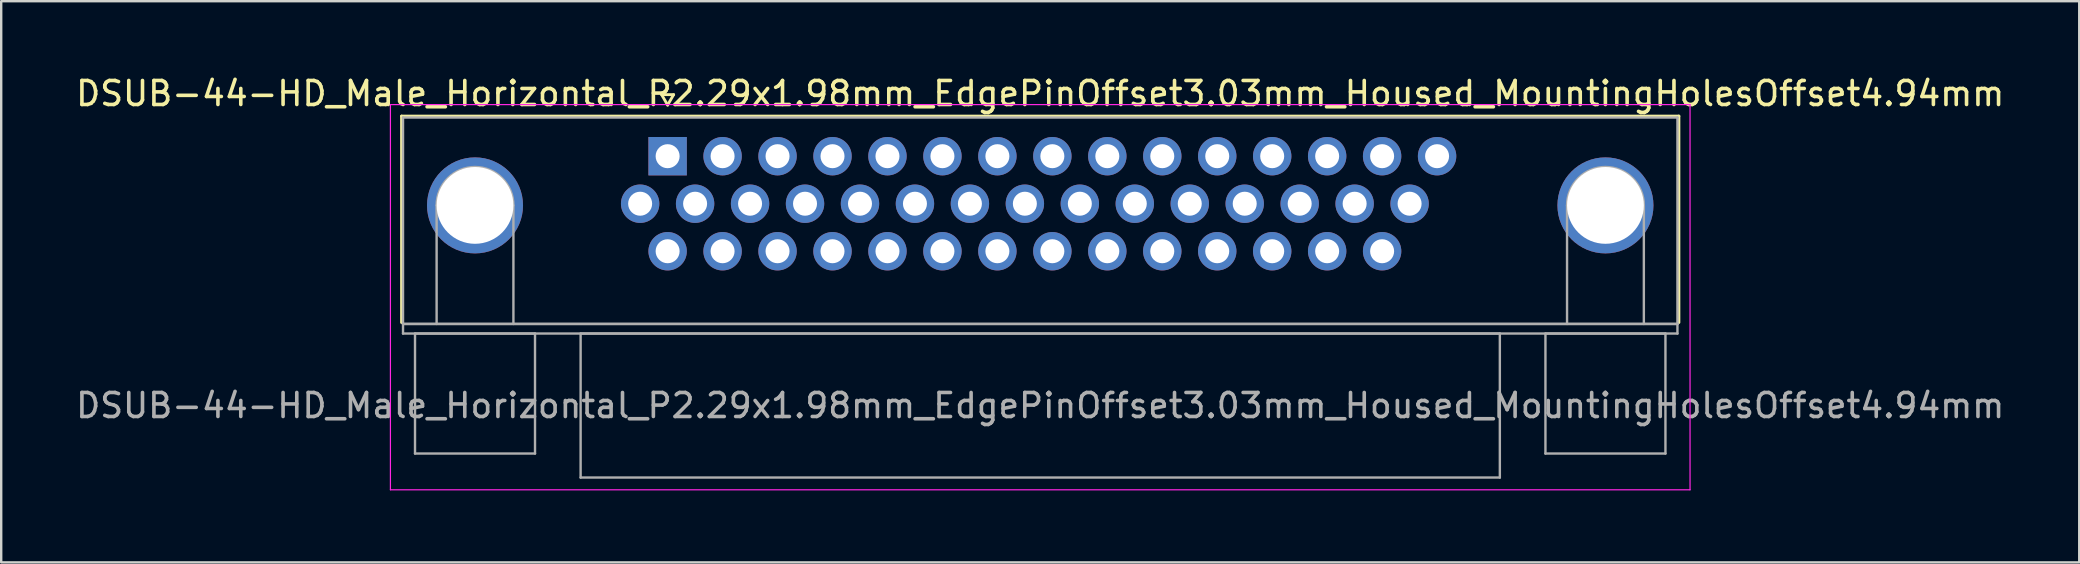
<source format=kicad_pcb>
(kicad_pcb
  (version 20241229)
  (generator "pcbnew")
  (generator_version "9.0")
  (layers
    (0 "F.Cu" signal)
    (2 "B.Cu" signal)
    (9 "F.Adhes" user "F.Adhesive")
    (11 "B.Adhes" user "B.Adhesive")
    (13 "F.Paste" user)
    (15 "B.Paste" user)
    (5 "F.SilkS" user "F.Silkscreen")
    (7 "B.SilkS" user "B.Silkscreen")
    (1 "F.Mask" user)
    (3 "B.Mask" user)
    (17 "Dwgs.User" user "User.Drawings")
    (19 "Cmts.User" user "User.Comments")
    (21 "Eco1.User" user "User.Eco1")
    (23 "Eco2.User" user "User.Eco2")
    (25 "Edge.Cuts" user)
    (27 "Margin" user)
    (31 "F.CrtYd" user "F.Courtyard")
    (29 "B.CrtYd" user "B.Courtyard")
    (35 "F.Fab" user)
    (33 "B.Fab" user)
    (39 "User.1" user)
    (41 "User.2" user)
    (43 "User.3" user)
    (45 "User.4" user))
  (footprint "DSUB-44-HD_Male_Horizontal_P2.29x1.98mm_EdgePinOffset3.03mm_Housed_MountingHolesOffset4.94mm"
    (layer "F.Cu")
    (at 24.767 3.458)
    (property "Reference" "DSUB-44-HD_Male_Horizontal_P2.29x1.98mm_EdgePinOffset3.03mm_Housed_MountingHolesOffset4.94mm" (at 15.525 -2.61 0) (layer "F.SilkS") (effects (font (size 1 1) (thickness 0.15))))
    (attr through_hole)
    (fp_line (start -11.085 -1.67) (end 42.135 -1.67) (stroke (width 0.12) (type solid)) (layer "F.SilkS"))
    (fp_line (start -11.085 6.93) (end -11.085 -1.67) (stroke (width 0.12) (type solid)) (layer "F.SilkS"))
    (fp_line (start -0.25 -2.564) (end 0.25 -2.564) (stroke (width 0.12) (type solid)) (layer "F.SilkS"))
    (fp_line (start 0 -2.131) (end -0.25 -2.564) (stroke (width 0.12) (type solid)) (layer "F.SilkS"))
    (fp_line (start 0.25 -2.564) (end 0 -2.131) (stroke (width 0.12) (type solid)) (layer "F.SilkS"))
    (fp_line (start 42.135 -1.67) (end 42.135 6.93) (stroke (width 0.12) (type solid)) (layer "F.SilkS"))
    (fp_line (start -11.55 -2.15) (end -11.55 13.9) (stroke (width 0.05) (type solid)) (layer "F.CrtYd"))
    (fp_line (start -11.55 13.9) (end 42.6 13.9) (stroke (width 0.05) (type solid)) (layer "F.CrtYd"))
    (fp_line (start 42.6 -2.15) (end -11.55 -2.15) (stroke (width 0.05) (type solid)) (layer "F.CrtYd"))
    (fp_line (start 42.6 13.9) (end 42.6 -2.15) (stroke (width 0.05) (type solid)) (layer "F.CrtYd"))
    (fp_line (start -11.025 -1.61) (end -11.025 6.99) (stroke (width 0.1) (type solid)) (layer "F.Fab"))
    (fp_line (start -11.025 6.99) (end -11.025 7.39) (stroke (width 0.1) (type solid)) (layer "F.Fab"))
    (fp_line (start -11.025 6.99) (end 42.075 6.99) (stroke (width 0.1) (type solid)) (layer "F.Fab"))
    (fp_line (start -11.025 7.39) (end 42.075 7.39) (stroke (width 0.1) (type solid)) (layer "F.Fab"))
    (fp_line (start -10.525 7.39) (end -10.525 12.39) (stroke (width 0.1) (type solid)) (layer "F.Fab"))
    (fp_line (start -10.525 12.39) (end -5.525 12.39) (stroke (width 0.1) (type solid)) (layer "F.Fab"))
    (fp_line (start -9.625 6.99) (end -9.625 2.05) (stroke (width 0.1) (type solid)) (layer "F.Fab"))
    (fp_line (start -6.425 6.99) (end -6.425 2.05) (stroke (width 0.1) (type solid)) (layer "F.Fab"))
    (fp_line (start -5.525 7.39) (end -10.525 7.39) (stroke (width 0.1) (type solid)) (layer "F.Fab"))
    (fp_line (start -5.525 12.39) (end -5.525 7.39) (stroke (width 0.1) (type solid)) (layer "F.Fab"))
    (fp_line (start -3.625 7.39) (end -3.625 13.39) (stroke (width 0.1) (type solid)) (layer "F.Fab"))
    (fp_line (start -3.625 13.39) (end 34.675 13.39) (stroke (width 0.1) (type solid)) (layer "F.Fab"))
    (fp_line (start 34.675 7.39) (end -3.625 7.39) (stroke (width 0.1) (type solid)) (layer "F.Fab"))
    (fp_line (start 34.675 13.39) (end 34.675 7.39) (stroke (width 0.1) (type solid)) (layer "F.Fab"))
    (fp_line (start 36.575 7.39) (end 36.575 12.39) (stroke (width 0.1) (type solid)) (layer "F.Fab"))
    (fp_line (start 36.575 12.39) (end 41.575 12.39) (stroke (width 0.1) (type solid)) (layer "F.Fab"))
    (fp_line (start 37.475 6.99) (end 37.475 2.05) (stroke (width 0.1) (type solid)) (layer "F.Fab"))
    (fp_line (start 40.675 6.99) (end 40.675 2.05) (stroke (width 0.1) (type solid)) (layer "F.Fab"))
    (fp_line (start 41.575 7.39) (end 36.575 7.39) (stroke (width 0.1) (type solid)) (layer "F.Fab"))
    (fp_line (start 41.575 12.39) (end 41.575 7.39) (stroke (width 0.1) (type solid)) (layer "F.Fab"))
    (fp_line (start 42.075 -1.61) (end -11.025 -1.61) (stroke (width 0.1) (type solid)) (layer "F.Fab"))
    (fp_line (start 42.075 6.99) (end -11.025 6.99) (stroke (width 0.1) (type solid)) (layer "F.Fab"))
    (fp_line (start 42.075 6.99) (end 42.075 -1.61) (stroke (width 0.1) (type solid)) (layer "F.Fab"))
    (fp_line (start 42.075 7.39) (end 42.075 6.99) (stroke (width 0.1) (type solid)) (layer "F.Fab"))
    (fp_arc (start -9.625 2.05) (mid -8.025 0.45) (end -6.425 2.05) (stroke (width 0.1) (type solid)) (layer "F.Fab"))
    (fp_arc (start 37.475 2.05) (mid 39.075 0.45) (end 40.675 2.05) (stroke (width 0.1) (type solid)) (layer "F.Fab"))
    (fp_text user "${REFERENCE}" (at 15.525 10.39 0) (layer "F.Fab") (effects (font (size 1 1) (thickness 0.15))))
    (pad "0" thru_hole circle (at -8.025 2.05) (size 4 4) (drill 3.2) (layers "*.Cu" "*.Mask"))
    (pad "0" thru_hole circle (at 39.075 2.05) (size 4 4) (drill 3.2) (layers "*.Cu" "*.Mask"))
    (pad "1" thru_hole rect (at 0 0) (size 1.6 1.6) (drill 1) (layers "*.Cu" "*.Mask"))
    (pad "2" thru_hole circle (at 2.29 0) (size 1.6 1.6) (drill 1) (layers "*.Cu" "*.Mask"))
    (pad "3" thru_hole circle (at 4.58 0) (size 1.6 1.6) (drill 1) (layers "*.Cu" "*.Mask"))
    (pad "4" thru_hole circle (at 6.87 0) (size 1.6 1.6) (drill 1) (layers "*.Cu" "*.Mask"))
    (pad "5" thru_hole circle (at 9.16 0) (size 1.6 1.6) (drill 1) (layers "*.Cu" "*.Mask"))
    (pad "6" thru_hole circle (at 11.45 0) (size 1.6 1.6) (drill 1) (layers "*.Cu" "*.Mask"))
    (pad "7" thru_hole circle (at 13.74 0) (size 1.6 1.6) (drill 1) (layers "*.Cu" "*.Mask"))
    (pad "8" thru_hole circle (at 16.03 0) (size 1.6 1.6) (drill 1) (layers "*.Cu" "*.Mask"))
    (pad "9" thru_hole circle (at 18.32 0) (size 1.6 1.6) (drill 1) (layers "*.Cu" "*.Mask"))
    (pad "10" thru_hole circle (at 20.61 0) (size 1.6 1.6) (drill 1) (layers "*.Cu" "*.Mask"))
    (pad "11" thru_hole circle (at 22.9 0) (size 1.6 1.6) (drill 1) (layers "*.Cu" "*.Mask"))
    (pad "12" thru_hole circle (at 25.19 0) (size 1.6 1.6) (drill 1) (layers "*.Cu" "*.Mask"))
    (pad "13" thru_hole circle (at 27.48 0) (size 1.6 1.6) (drill 1) (layers "*.Cu" "*.Mask"))
    (pad "14" thru_hole circle (at 29.77 0) (size 1.6 1.6) (drill 1) (layers "*.Cu" "*.Mask"))
    (pad "15" thru_hole circle (at 32.06 0) (size 1.6 1.6) (drill 1) (layers "*.Cu" "*.Mask"))
    (pad "16" thru_hole circle (at -1.145 1.98) (size 1.6 1.6) (drill 1) (layers "*.Cu" "*.Mask"))
    (pad "17" thru_hole circle (at 1.145 1.98) (size 1.6 1.6) (drill 1) (layers "*.Cu" "*.Mask"))
    (pad "18" thru_hole circle (at 3.435 1.98) (size 1.6 1.6) (drill 1) (layers "*.Cu" "*.Mask"))
    (pad "19" thru_hole circle (at 5.725 1.98) (size 1.6 1.6) (drill 1) (layers "*.Cu" "*.Mask"))
    (pad "20" thru_hole circle (at 8.015 1.98) (size 1.6 1.6) (drill 1) (layers "*.Cu" "*.Mask"))
    (pad "21" thru_hole circle (at 10.305 1.98) (size 1.6 1.6) (drill 1) (layers "*.Cu" "*.Mask"))
    (pad "22" thru_hole circle (at 12.595 1.98) (size 1.6 1.6) (drill 1) (layers "*.Cu" "*.Mask"))
    (pad "23" thru_hole circle (at 14.885 1.98) (size 1.6 1.6) (drill 1) (layers "*.Cu" "*.Mask"))
    (pad "24" thru_hole circle (at 17.175 1.98) (size 1.6 1.6) (drill 1) (layers "*.Cu" "*.Mask"))
    (pad "25" thru_hole circle (at 19.465 1.98) (size 1.6 1.6) (drill 1) (layers "*.Cu" "*.Mask"))
    (pad "26" thru_hole circle (at 21.755 1.98) (size 1.6 1.6) (drill 1) (layers "*.Cu" "*.Mask"))
    (pad "27" thru_hole circle (at 24.045 1.98) (size 1.6 1.6) (drill 1) (layers "*.Cu" "*.Mask"))
    (pad "28" thru_hole circle (at 26.335 1.98) (size 1.6 1.6) (drill 1) (layers "*.Cu" "*.Mask"))
    (pad "29" thru_hole circle (at 28.625 1.98) (size 1.6 1.6) (drill 1) (layers "*.Cu" "*.Mask"))
    (pad "30" thru_hole circle (at 30.915 1.98) (size 1.6 1.6) (drill 1) (layers "*.Cu" "*.Mask"))
    (pad "31" thru_hole circle (at 0 3.96) (size 1.6 1.6) (drill 1) (layers "*.Cu" "*.Mask"))
    (pad "32" thru_hole circle (at 2.29 3.96) (size 1.6 1.6) (drill 1) (layers "*.Cu" "*.Mask"))
    (pad "33" thru_hole circle (at 4.58 3.96) (size 1.6 1.6) (drill 1) (layers "*.Cu" "*.Mask"))
    (pad "34" thru_hole circle (at 6.87 3.96) (size 1.6 1.6) (drill 1) (layers "*.Cu" "*.Mask"))
    (pad "35" thru_hole circle (at 9.16 3.96) (size 1.6 1.6) (drill 1) (layers "*.Cu" "*.Mask"))
    (pad "36" thru_hole circle (at 11.45 3.96) (size 1.6 1.6) (drill 1) (layers "*.Cu" "*.Mask"))
    (pad "37" thru_hole circle (at 13.74 3.96) (size 1.6 1.6) (drill 1) (layers "*.Cu" "*.Mask"))
    (pad "38" thru_hole circle (at 16.03 3.96) (size 1.6 1.6) (drill 1) (layers "*.Cu" "*.Mask"))
    (pad "39" thru_hole circle (at 18.32 3.96) (size 1.6 1.6) (drill 1) (layers "*.Cu" "*.Mask"))
    (pad "40" thru_hole circle (at 20.61 3.96) (size 1.6 1.6) (drill 1) (layers "*.Cu" "*.Mask"))
    (pad "41" thru_hole circle (at 22.9 3.96) (size 1.6 1.6) (drill 1) (layers "*.Cu" "*.Mask"))
    (pad "42" thru_hole circle (at 25.19 3.96) (size 1.6 1.6) (drill 1) (layers "*.Cu" "*.Mask"))
    (pad "43" thru_hole circle (at 27.48 3.96) (size 1.6 1.6) (drill 1) (layers "*.Cu" "*.Mask"))
    (pad "44" thru_hole circle (at 29.77 3.96) (size 1.6 1.6) (drill 1) (layers "*.Cu" "*.Mask")))
  (gr_rect
    (start -3 -3)
    (end 83.583 20.383)
    (stroke (width 0.1) (type default))
    (fill no)
    (layer "Edge.Cuts")))
</source>
